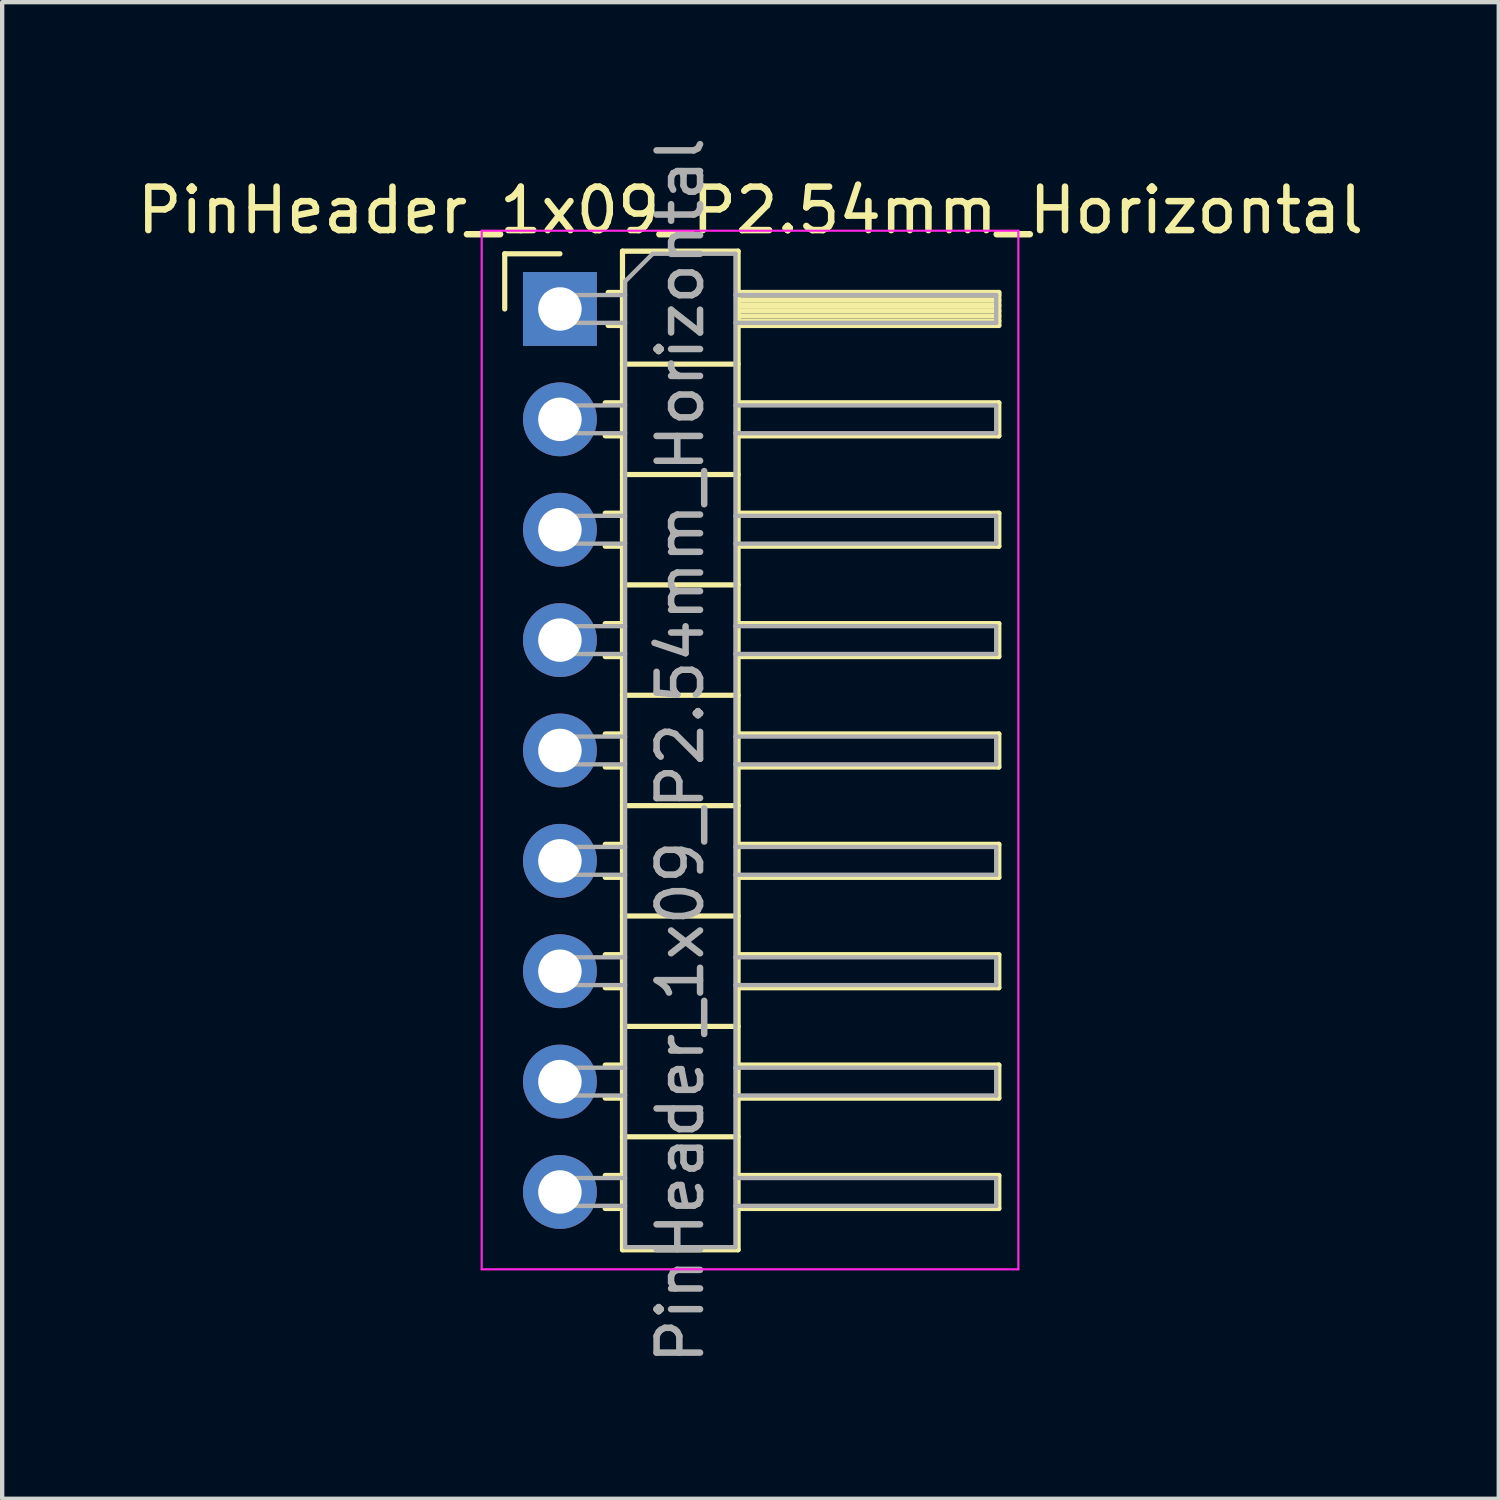
<source format=kicad_pcb>
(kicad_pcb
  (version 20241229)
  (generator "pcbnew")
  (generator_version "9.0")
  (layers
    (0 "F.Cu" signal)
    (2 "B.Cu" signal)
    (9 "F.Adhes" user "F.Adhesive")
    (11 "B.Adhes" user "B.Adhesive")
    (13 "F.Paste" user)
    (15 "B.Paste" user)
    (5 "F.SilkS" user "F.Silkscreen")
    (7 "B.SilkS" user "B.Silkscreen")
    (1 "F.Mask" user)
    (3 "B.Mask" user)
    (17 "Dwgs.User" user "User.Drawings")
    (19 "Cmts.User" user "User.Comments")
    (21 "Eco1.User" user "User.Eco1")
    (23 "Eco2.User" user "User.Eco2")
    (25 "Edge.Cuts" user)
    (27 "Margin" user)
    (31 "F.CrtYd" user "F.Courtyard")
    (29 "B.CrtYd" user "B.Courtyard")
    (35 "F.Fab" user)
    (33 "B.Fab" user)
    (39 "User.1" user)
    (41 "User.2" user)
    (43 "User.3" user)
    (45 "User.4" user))
  (footprint "PinHeader_1x09_P2.54mm_Horizontal"
    (layer "F.Cu")
    (at 9.835 4.06)
    (property "Reference" "PinHeader_1x09_P2.54mm_Horizontal" (at 4.385 -2.27 0) (layer "F.SilkS") (effects (font (size 1 1) (thickness 0.15))))
    (attr through_hole)
    (fp_line (start -1.27 -1.27) (end 0 -1.27) (stroke (width 0.12) (type solid)) (layer "F.SilkS"))
    (fp_line (start -1.27 0) (end -1.27 -1.27) (stroke (width 0.12) (type solid)) (layer "F.SilkS"))
    (fp_line (start 1.043 2.16) (end 1.44 2.16) (stroke (width 0.12) (type solid)) (layer "F.SilkS"))
    (fp_line (start 1.043 2.92) (end 1.44 2.92) (stroke (width 0.12) (type solid)) (layer "F.SilkS"))
    (fp_line (start 1.043 4.7) (end 1.44 4.7) (stroke (width 0.12) (type solid)) (layer "F.SilkS"))
    (fp_line (start 1.043 5.46) (end 1.44 5.46) (stroke (width 0.12) (type solid)) (layer "F.SilkS"))
    (fp_line (start 1.043 7.24) (end 1.44 7.24) (stroke (width 0.12) (type solid)) (layer "F.SilkS"))
    (fp_line (start 1.043 8) (end 1.44 8) (stroke (width 0.12) (type solid)) (layer "F.SilkS"))
    (fp_line (start 1.043 9.78) (end 1.44 9.78) (stroke (width 0.12) (type solid)) (layer "F.SilkS"))
    (fp_line (start 1.043 10.54) (end 1.44 10.54) (stroke (width 0.12) (type solid)) (layer "F.SilkS"))
    (fp_line (start 1.043 12.32) (end 1.44 12.32) (stroke (width 0.12) (type solid)) (layer "F.SilkS"))
    (fp_line (start 1.043 13.08) (end 1.44 13.08) (stroke (width 0.12) (type solid)) (layer "F.SilkS"))
    (fp_line (start 1.043 14.86) (end 1.44 14.86) (stroke (width 0.12) (type solid)) (layer "F.SilkS"))
    (fp_line (start 1.043 15.62) (end 1.44 15.62) (stroke (width 0.12) (type solid)) (layer "F.SilkS"))
    (fp_line (start 1.043 17.4) (end 1.44 17.4) (stroke (width 0.12) (type solid)) (layer "F.SilkS"))
    (fp_line (start 1.043 18.16) (end 1.44 18.16) (stroke (width 0.12) (type solid)) (layer "F.SilkS"))
    (fp_line (start 1.043 19.94) (end 1.44 19.94) (stroke (width 0.12) (type solid)) (layer "F.SilkS"))
    (fp_line (start 1.043 20.7) (end 1.44 20.7) (stroke (width 0.12) (type solid)) (layer "F.SilkS"))
    (fp_line (start 1.11 -0.38) (end 1.44 -0.38) (stroke (width 0.12) (type solid)) (layer "F.SilkS"))
    (fp_line (start 1.11 0.38) (end 1.44 0.38) (stroke (width 0.12) (type solid)) (layer "F.SilkS"))
    (fp_line (start 1.44 -1.33) (end 1.44 21.65) (stroke (width 0.12) (type solid)) (layer "F.SilkS"))
    (fp_line (start 1.44 1.27) (end 4.1 1.27) (stroke (width 0.12) (type solid)) (layer "F.SilkS"))
    (fp_line (start 1.44 3.81) (end 4.1 3.81) (stroke (width 0.12) (type solid)) (layer "F.SilkS"))
    (fp_line (start 1.44 6.35) (end 4.1 6.35) (stroke (width 0.12) (type solid)) (layer "F.SilkS"))
    (fp_line (start 1.44 8.89) (end 4.1 8.89) (stroke (width 0.12) (type solid)) (layer "F.SilkS"))
    (fp_line (start 1.44 11.43) (end 4.1 11.43) (stroke (width 0.12) (type solid)) (layer "F.SilkS"))
    (fp_line (start 1.44 13.97) (end 4.1 13.97) (stroke (width 0.12) (type solid)) (layer "F.SilkS"))
    (fp_line (start 1.44 16.51) (end 4.1 16.51) (stroke (width 0.12) (type solid)) (layer "F.SilkS"))
    (fp_line (start 1.44 19.05) (end 4.1 19.05) (stroke (width 0.12) (type solid)) (layer "F.SilkS"))
    (fp_line (start 1.44 21.65) (end 4.1 21.65) (stroke (width 0.12) (type solid)) (layer "F.SilkS"))
    (fp_line (start 4.1 -1.33) (end 1.44 -1.33) (stroke (width 0.12) (type solid)) (layer "F.SilkS"))
    (fp_line (start 4.1 -0.38) (end 10.1 -0.38) (stroke (width 0.12) (type solid)) (layer "F.SilkS"))
    (fp_line (start 4.1 -0.32) (end 10.1 -0.32) (stroke (width 0.12) (type solid)) (layer "F.SilkS"))
    (fp_line (start 4.1 -0.2) (end 10.1 -0.2) (stroke (width 0.12) (type solid)) (layer "F.SilkS"))
    (fp_line (start 4.1 -0.08) (end 10.1 -0.08) (stroke (width 0.12) (type solid)) (layer "F.SilkS"))
    (fp_line (start 4.1 0.04) (end 10.1 0.04) (stroke (width 0.12) (type solid)) (layer "F.SilkS"))
    (fp_line (start 4.1 0.16) (end 10.1 0.16) (stroke (width 0.12) (type solid)) (layer "F.SilkS"))
    (fp_line (start 4.1 0.28) (end 10.1 0.28) (stroke (width 0.12) (type solid)) (layer "F.SilkS"))
    (fp_line (start 4.1 2.16) (end 10.1 2.16) (stroke (width 0.12) (type solid)) (layer "F.SilkS"))
    (fp_line (start 4.1 4.7) (end 10.1 4.7) (stroke (width 0.12) (type solid)) (layer "F.SilkS"))
    (fp_line (start 4.1 7.24) (end 10.1 7.24) (stroke (width 0.12) (type solid)) (layer "F.SilkS"))
    (fp_line (start 4.1 9.78) (end 10.1 9.78) (stroke (width 0.12) (type solid)) (layer "F.SilkS"))
    (fp_line (start 4.1 12.32) (end 10.1 12.32) (stroke (width 0.12) (type solid)) (layer "F.SilkS"))
    (fp_line (start 4.1 14.86) (end 10.1 14.86) (stroke (width 0.12) (type solid)) (layer "F.SilkS"))
    (fp_line (start 4.1 17.4) (end 10.1 17.4) (stroke (width 0.12) (type solid)) (layer "F.SilkS"))
    (fp_line (start 4.1 19.94) (end 10.1 19.94) (stroke (width 0.12) (type solid)) (layer "F.SilkS"))
    (fp_line (start 4.1 21.65) (end 4.1 -1.33) (stroke (width 0.12) (type solid)) (layer "F.SilkS"))
    (fp_line (start 10.1 -0.38) (end 10.1 0.38) (stroke (width 0.12) (type solid)) (layer "F.SilkS"))
    (fp_line (start 10.1 0.38) (end 4.1 0.38) (stroke (width 0.12) (type solid)) (layer "F.SilkS"))
    (fp_line (start 10.1 2.16) (end 10.1 2.92) (stroke (width 0.12) (type solid)) (layer "F.SilkS"))
    (fp_line (start 10.1 2.92) (end 4.1 2.92) (stroke (width 0.12) (type solid)) (layer "F.SilkS"))
    (fp_line (start 10.1 4.7) (end 10.1 5.46) (stroke (width 0.12) (type solid)) (layer "F.SilkS"))
    (fp_line (start 10.1 5.46) (end 4.1 5.46) (stroke (width 0.12) (type solid)) (layer "F.SilkS"))
    (fp_line (start 10.1 7.24) (end 10.1 8) (stroke (width 0.12) (type solid)) (layer "F.SilkS"))
    (fp_line (start 10.1 8) (end 4.1 8) (stroke (width 0.12) (type solid)) (layer "F.SilkS"))
    (fp_line (start 10.1 9.78) (end 10.1 10.54) (stroke (width 0.12) (type solid)) (layer "F.SilkS"))
    (fp_line (start 10.1 10.54) (end 4.1 10.54) (stroke (width 0.12) (type solid)) (layer "F.SilkS"))
    (fp_line (start 10.1 12.32) (end 10.1 13.08) (stroke (width 0.12) (type solid)) (layer "F.SilkS"))
    (fp_line (start 10.1 13.08) (end 4.1 13.08) (stroke (width 0.12) (type solid)) (layer "F.SilkS"))
    (fp_line (start 10.1 14.86) (end 10.1 15.62) (stroke (width 0.12) (type solid)) (layer "F.SilkS"))
    (fp_line (start 10.1 15.62) (end 4.1 15.62) (stroke (width 0.12) (type solid)) (layer "F.SilkS"))
    (fp_line (start 10.1 17.4) (end 10.1 18.16) (stroke (width 0.12) (type solid)) (layer "F.SilkS"))
    (fp_line (start 10.1 18.16) (end 4.1 18.16) (stroke (width 0.12) (type solid)) (layer "F.SilkS"))
    (fp_line (start 10.1 19.94) (end 10.1 20.7) (stroke (width 0.12) (type solid)) (layer "F.SilkS"))
    (fp_line (start 10.1 20.7) (end 4.1 20.7) (stroke (width 0.12) (type solid)) (layer "F.SilkS"))
    (fp_line (start -1.8 -1.8) (end -1.8 22.1) (stroke (width 0.05) (type solid)) (layer "F.CrtYd"))
    (fp_line (start -1.8 22.1) (end 10.55 22.1) (stroke (width 0.05) (type solid)) (layer "F.CrtYd"))
    (fp_line (start 10.55 -1.8) (end -1.8 -1.8) (stroke (width 0.05) (type solid)) (layer "F.CrtYd"))
    (fp_line (start 10.55 22.1) (end 10.55 -1.8) (stroke (width 0.05) (type solid)) (layer "F.CrtYd"))
    (fp_line (start -0.32 -0.32) (end -0.32 0.32) (stroke (width 0.1) (type solid)) (layer "F.Fab"))
    (fp_line (start -0.32 -0.32) (end 1.5 -0.32) (stroke (width 0.1) (type solid)) (layer "F.Fab"))
    (fp_line (start -0.32 0.32) (end 1.5 0.32) (stroke (width 0.1) (type solid)) (layer "F.Fab"))
    (fp_line (start -0.32 2.22) (end -0.32 2.86) (stroke (width 0.1) (type solid)) (layer "F.Fab"))
    (fp_line (start -0.32 2.22) (end 1.5 2.22) (stroke (width 0.1) (type solid)) (layer "F.Fab"))
    (fp_line (start -0.32 2.86) (end 1.5 2.86) (stroke (width 0.1) (type solid)) (layer "F.Fab"))
    (fp_line (start -0.32 4.76) (end -0.32 5.4) (stroke (width 0.1) (type solid)) (layer "F.Fab"))
    (fp_line (start -0.32 4.76) (end 1.5 4.76) (stroke (width 0.1) (type solid)) (layer "F.Fab"))
    (fp_line (start -0.32 5.4) (end 1.5 5.4) (stroke (width 0.1) (type solid)) (layer "F.Fab"))
    (fp_line (start -0.32 7.3) (end -0.32 7.94) (stroke (width 0.1) (type solid)) (layer "F.Fab"))
    (fp_line (start -0.32 7.3) (end 1.5 7.3) (stroke (width 0.1) (type solid)) (layer "F.Fab"))
    (fp_line (start -0.32 7.94) (end 1.5 7.94) (stroke (width 0.1) (type solid)) (layer "F.Fab"))
    (fp_line (start -0.32 9.84) (end -0.32 10.48) (stroke (width 0.1) (type solid)) (layer "F.Fab"))
    (fp_line (start -0.32 9.84) (end 1.5 9.84) (stroke (width 0.1) (type solid)) (layer "F.Fab"))
    (fp_line (start -0.32 10.48) (end 1.5 10.48) (stroke (width 0.1) (type solid)) (layer "F.Fab"))
    (fp_line (start -0.32 12.38) (end -0.32 13.02) (stroke (width 0.1) (type solid)) (layer "F.Fab"))
    (fp_line (start -0.32 12.38) (end 1.5 12.38) (stroke (width 0.1) (type solid)) (layer "F.Fab"))
    (fp_line (start -0.32 13.02) (end 1.5 13.02) (stroke (width 0.1) (type solid)) (layer "F.Fab"))
    (fp_line (start -0.32 14.92) (end -0.32 15.56) (stroke (width 0.1) (type solid)) (layer "F.Fab"))
    (fp_line (start -0.32 14.92) (end 1.5 14.92) (stroke (width 0.1) (type solid)) (layer "F.Fab"))
    (fp_line (start -0.32 15.56) (end 1.5 15.56) (stroke (width 0.1) (type solid)) (layer "F.Fab"))
    (fp_line (start -0.32 17.46) (end -0.32 18.1) (stroke (width 0.1) (type solid)) (layer "F.Fab"))
    (fp_line (start -0.32 17.46) (end 1.5 17.46) (stroke (width 0.1) (type solid)) (layer "F.Fab"))
    (fp_line (start -0.32 18.1) (end 1.5 18.1) (stroke (width 0.1) (type solid)) (layer "F.Fab"))
    (fp_line (start -0.32 20) (end -0.32 20.64) (stroke (width 0.1) (type solid)) (layer "F.Fab"))
    (fp_line (start -0.32 20) (end 1.5 20) (stroke (width 0.1) (type solid)) (layer "F.Fab"))
    (fp_line (start -0.32 20.64) (end 1.5 20.64) (stroke (width 0.1) (type solid)) (layer "F.Fab"))
    (fp_line (start 1.5 -0.635) (end 2.135 -1.27) (stroke (width 0.1) (type solid)) (layer "F.Fab"))
    (fp_line (start 1.5 21.59) (end 1.5 -0.635) (stroke (width 0.1) (type solid)) (layer "F.Fab"))
    (fp_line (start 2.135 -1.27) (end 4.04 -1.27) (stroke (width 0.1) (type solid)) (layer "F.Fab"))
    (fp_line (start 4.04 -1.27) (end 4.04 21.59) (stroke (width 0.1) (type solid)) (layer "F.Fab"))
    (fp_line (start 4.04 -0.32) (end 10.04 -0.32) (stroke (width 0.1) (type solid)) (layer "F.Fab"))
    (fp_line (start 4.04 0.32) (end 10.04 0.32) (stroke (width 0.1) (type solid)) (layer "F.Fab"))
    (fp_line (start 4.04 2.22) (end 10.04 2.22) (stroke (width 0.1) (type solid)) (layer "F.Fab"))
    (fp_line (start 4.04 2.86) (end 10.04 2.86) (stroke (width 0.1) (type solid)) (layer "F.Fab"))
    (fp_line (start 4.04 4.76) (end 10.04 4.76) (stroke (width 0.1) (type solid)) (layer "F.Fab"))
    (fp_line (start 4.04 5.4) (end 10.04 5.4) (stroke (width 0.1) (type solid)) (layer "F.Fab"))
    (fp_line (start 4.04 7.3) (end 10.04 7.3) (stroke (width 0.1) (type solid)) (layer "F.Fab"))
    (fp_line (start 4.04 7.94) (end 10.04 7.94) (stroke (width 0.1) (type solid)) (layer "F.Fab"))
    (fp_line (start 4.04 9.84) (end 10.04 9.84) (stroke (width 0.1) (type solid)) (layer "F.Fab"))
    (fp_line (start 4.04 10.48) (end 10.04 10.48) (stroke (width 0.1) (type solid)) (layer "F.Fab"))
    (fp_line (start 4.04 12.38) (end 10.04 12.38) (stroke (width 0.1) (type solid)) (layer "F.Fab"))
    (fp_line (start 4.04 13.02) (end 10.04 13.02) (stroke (width 0.1) (type solid)) (layer "F.Fab"))
    (fp_line (start 4.04 14.92) (end 10.04 14.92) (stroke (width 0.1) (type solid)) (layer "F.Fab"))
    (fp_line (start 4.04 15.56) (end 10.04 15.56) (stroke (width 0.1) (type solid)) (layer "F.Fab"))
    (fp_line (start 4.04 17.46) (end 10.04 17.46) (stroke (width 0.1) (type solid)) (layer "F.Fab"))
    (fp_line (start 4.04 18.1) (end 10.04 18.1) (stroke (width 0.1) (type solid)) (layer "F.Fab"))
    (fp_line (start 4.04 20) (end 10.04 20) (stroke (width 0.1) (type solid)) (layer "F.Fab"))
    (fp_line (start 4.04 20.64) (end 10.04 20.64) (stroke (width 0.1) (type solid)) (layer "F.Fab"))
    (fp_line (start 4.04 21.59) (end 1.5 21.59) (stroke (width 0.1) (type solid)) (layer "F.Fab"))
    (fp_line (start 10.04 -0.32) (end 10.04 0.32) (stroke (width 0.1) (type solid)) (layer "F.Fab"))
    (fp_line (start 10.04 2.22) (end 10.04 2.86) (stroke (width 0.1) (type solid)) (layer "F.Fab"))
    (fp_line (start 10.04 4.76) (end 10.04 5.4) (stroke (width 0.1) (type solid)) (layer "F.Fab"))
    (fp_line (start 10.04 7.3) (end 10.04 7.94) (stroke (width 0.1) (type solid)) (layer "F.Fab"))
    (fp_line (start 10.04 9.84) (end 10.04 10.48) (stroke (width 0.1) (type solid)) (layer "F.Fab"))
    (fp_line (start 10.04 12.38) (end 10.04 13.02) (stroke (width 0.1) (type solid)) (layer "F.Fab"))
    (fp_line (start 10.04 14.92) (end 10.04 15.56) (stroke (width 0.1) (type solid)) (layer "F.Fab"))
    (fp_line (start 10.04 17.46) (end 10.04 18.1) (stroke (width 0.1) (type solid)) (layer "F.Fab"))
    (fp_line (start 10.04 20) (end 10.04 20.64) (stroke (width 0.1) (type solid)) (layer "F.Fab"))
    (fp_text user "${REFERENCE}" (at 2.77 10.16 90) (layer "F.Fab") (effects (font (size 1 1) (thickness 0.15))))
    (pad "1" thru_hole rect (at 0 0) (size 1.7 1.7) (drill 1) (layers "*.Cu" "*.Mask"))
    (pad "2" thru_hole oval (at 0 2.54) (size 1.7 1.7) (drill 1) (layers "*.Cu" "*.Mask"))
    (pad "3" thru_hole oval (at 0 5.08) (size 1.7 1.7) (drill 1) (layers "*.Cu" "*.Mask"))
    (pad "4" thru_hole oval (at 0 7.62) (size 1.7 1.7) (drill 1) (layers "*.Cu" "*.Mask"))
    (pad "5" thru_hole oval (at 0 10.16) (size 1.7 1.7) (drill 1) (layers "*.Cu" "*.Mask"))
    (pad "6" thru_hole oval (at 0 12.7) (size 1.7 1.7) (drill 1) (layers "*.Cu" "*.Mask"))
    (pad "7" thru_hole oval (at 0 15.24) (size 1.7 1.7) (drill 1) (layers "*.Cu" "*.Mask"))
    (pad "8" thru_hole oval (at 0 17.78) (size 1.7 1.7) (drill 1) (layers "*.Cu" "*.Mask"))
    (pad "9" thru_hole oval (at 0 20.32) (size 1.7 1.7) (drill 1) (layers "*.Cu" "*.Mask")))
  (gr_rect
    (start -3 -3)
    (end 31.44 31.44)
    (stroke (width 0.1) (type default))
    (fill no)
    (layer "Edge.Cuts")))
</source>
